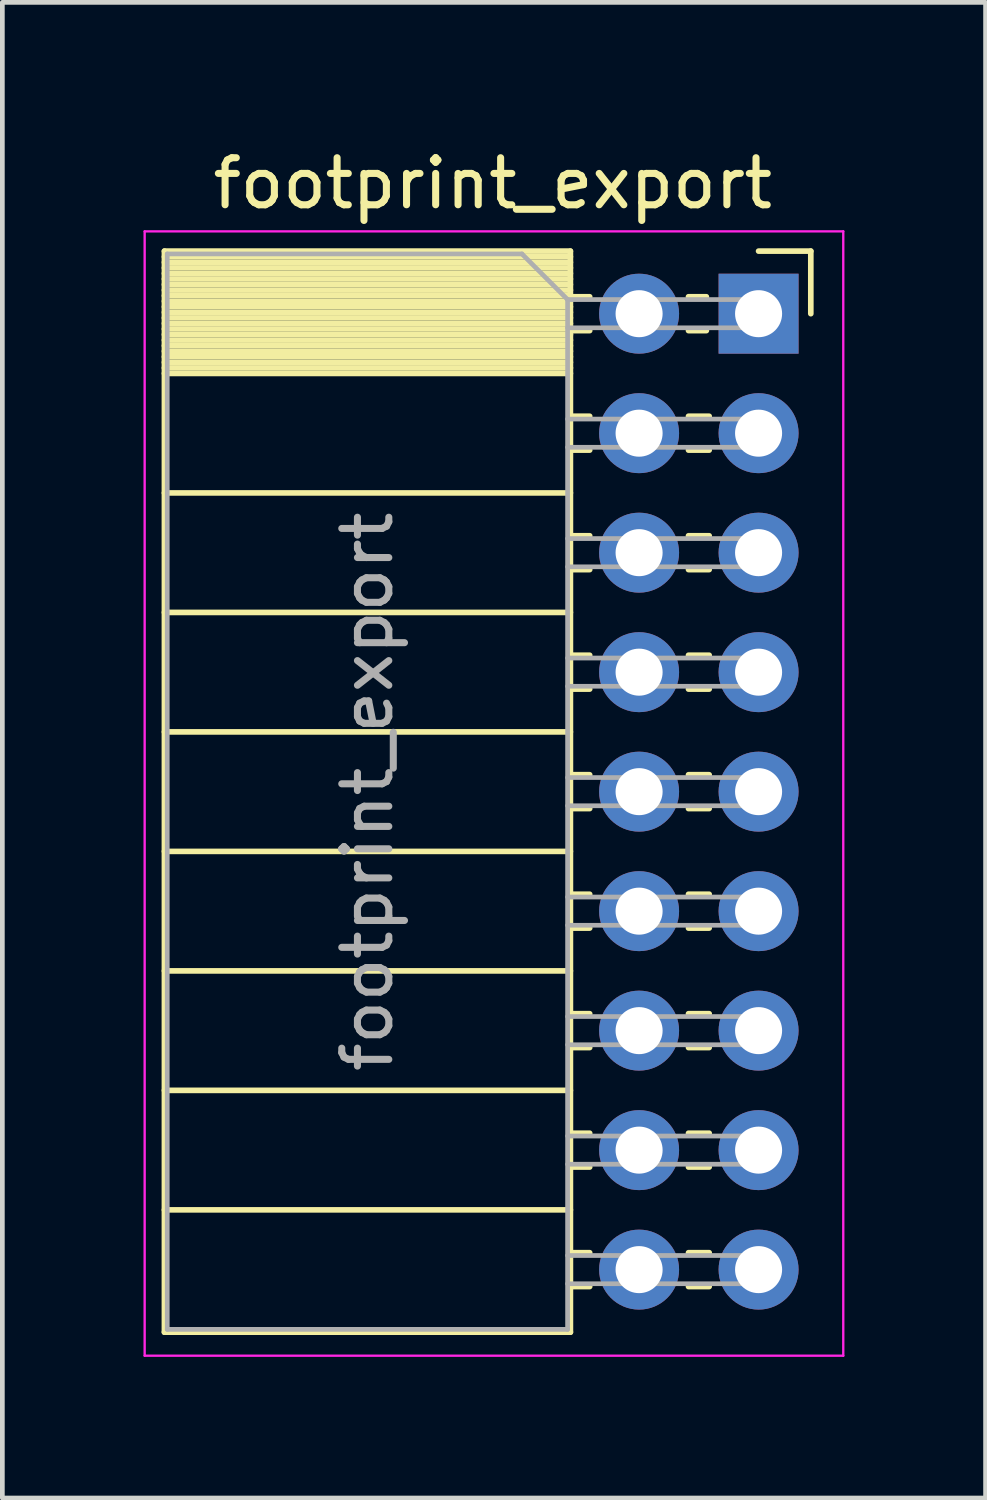
<source format=kicad_pcb>
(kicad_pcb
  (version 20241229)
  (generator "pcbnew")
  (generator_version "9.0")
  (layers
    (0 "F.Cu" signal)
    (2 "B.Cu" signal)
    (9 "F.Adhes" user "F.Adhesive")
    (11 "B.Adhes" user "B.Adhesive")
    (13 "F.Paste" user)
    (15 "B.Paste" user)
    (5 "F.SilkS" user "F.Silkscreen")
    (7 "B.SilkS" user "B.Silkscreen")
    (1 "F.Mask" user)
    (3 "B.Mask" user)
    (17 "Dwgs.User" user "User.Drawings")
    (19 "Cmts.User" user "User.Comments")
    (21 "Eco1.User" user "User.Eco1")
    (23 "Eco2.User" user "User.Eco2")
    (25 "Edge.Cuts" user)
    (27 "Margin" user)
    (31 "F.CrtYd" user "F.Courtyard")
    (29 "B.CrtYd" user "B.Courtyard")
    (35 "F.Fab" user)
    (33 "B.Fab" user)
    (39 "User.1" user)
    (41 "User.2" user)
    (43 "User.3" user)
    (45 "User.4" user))
  (footprint "footprint_export"
    (layer "F.Cu")
    (at 13.075 3.618)
    (property "Reference" "footprint_export" (at -5.65 -2.77 0) (layer "F.SilkS") (effects (font (size 1 1) (thickness 0.15))))
    (attr through_hole)
    (fp_line (start -12.63 -1.33) (end -12.63 21.65) (stroke (width 0.12) (type solid)) (layer "F.SilkS"))
    (fp_line (start -12.63 -1.33) (end -4 -1.33) (stroke (width 0.12) (type solid)) (layer "F.SilkS"))
    (fp_line (start -12.63 -1.21) (end -4 -1.21) (stroke (width 0.12) (type solid)) (layer "F.SilkS"))
    (fp_line (start -12.63 -1.092) (end -4 -1.092) (stroke (width 0.12) (type solid)) (layer "F.SilkS"))
    (fp_line (start -12.63 -0.974) (end -4 -0.974) (stroke (width 0.12) (type solid)) (layer "F.SilkS"))
    (fp_line (start -12.63 -0.856) (end -4 -0.856) (stroke (width 0.12) (type solid)) (layer "F.SilkS"))
    (fp_line (start -12.63 -0.738) (end -4 -0.738) (stroke (width 0.12) (type solid)) (layer "F.SilkS"))
    (fp_line (start -12.63 -0.62) (end -4 -0.62) (stroke (width 0.12) (type solid)) (layer "F.SilkS"))
    (fp_line (start -12.63 -0.501) (end -4 -0.501) (stroke (width 0.12) (type solid)) (layer "F.SilkS"))
    (fp_line (start -12.63 -0.383) (end -4 -0.383) (stroke (width 0.12) (type solid)) (layer "F.SilkS"))
    (fp_line (start -12.63 -0.265) (end -4 -0.265) (stroke (width 0.12) (type solid)) (layer "F.SilkS"))
    (fp_line (start -12.63 -0.147) (end -4 -0.147) (stroke (width 0.12) (type solid)) (layer "F.SilkS"))
    (fp_line (start -12.63 -0.029) (end -4 -0.029) (stroke (width 0.12) (type solid)) (layer "F.SilkS"))
    (fp_line (start -12.63 0.089) (end -4 0.089) (stroke (width 0.12) (type solid)) (layer "F.SilkS"))
    (fp_line (start -12.63 0.207) (end -4 0.207) (stroke (width 0.12) (type solid)) (layer "F.SilkS"))
    (fp_line (start -12.63 0.325) (end -4 0.325) (stroke (width 0.12) (type solid)) (layer "F.SilkS"))
    (fp_line (start -12.63 0.443) (end -4 0.443) (stroke (width 0.12) (type solid)) (layer "F.SilkS"))
    (fp_line (start -12.63 0.561) (end -4 0.561) (stroke (width 0.12) (type solid)) (layer "F.SilkS"))
    (fp_line (start -12.63 0.68) (end -4 0.68) (stroke (width 0.12) (type solid)) (layer "F.SilkS"))
    (fp_line (start -12.63 0.798) (end -4 0.798) (stroke (width 0.12) (type solid)) (layer "F.SilkS"))
    (fp_line (start -12.63 0.916) (end -4 0.916) (stroke (width 0.12) (type solid)) (layer "F.SilkS"))
    (fp_line (start -12.63 1.034) (end -4 1.034) (stroke (width 0.12) (type solid)) (layer "F.SilkS"))
    (fp_line (start -12.63 1.152) (end -4 1.152) (stroke (width 0.12) (type solid)) (layer "F.SilkS"))
    (fp_line (start -12.63 1.27) (end -4 1.27) (stroke (width 0.12) (type solid)) (layer "F.SilkS"))
    (fp_line (start -12.63 3.81) (end -4 3.81) (stroke (width 0.12) (type solid)) (layer "F.SilkS"))
    (fp_line (start -12.63 6.35) (end -4 6.35) (stroke (width 0.12) (type solid)) (layer "F.SilkS"))
    (fp_line (start -12.63 8.89) (end -4 8.89) (stroke (width 0.12) (type solid)) (layer "F.SilkS"))
    (fp_line (start -12.63 11.43) (end -4 11.43) (stroke (width 0.12) (type solid)) (layer "F.SilkS"))
    (fp_line (start -12.63 13.97) (end -4 13.97) (stroke (width 0.12) (type solid)) (layer "F.SilkS"))
    (fp_line (start -12.63 16.51) (end -4 16.51) (stroke (width 0.12) (type solid)) (layer "F.SilkS"))
    (fp_line (start -12.63 19.05) (end -4 19.05) (stroke (width 0.12) (type solid)) (layer "F.SilkS"))
    (fp_line (start -12.63 21.65) (end -4 21.65) (stroke (width 0.12) (type solid)) (layer "F.SilkS"))
    (fp_line (start -4 -1.33) (end -4 21.65) (stroke (width 0.12) (type solid)) (layer "F.SilkS"))
    (fp_line (start -4 -0.36) (end -3.59 -0.36) (stroke (width 0.12) (type solid)) (layer "F.SilkS"))
    (fp_line (start -4 0.36) (end -3.59 0.36) (stroke (width 0.12) (type solid)) (layer "F.SilkS"))
    (fp_line (start -4 2.18) (end -3.59 2.18) (stroke (width 0.12) (type solid)) (layer "F.SilkS"))
    (fp_line (start -4 2.9) (end -3.59 2.9) (stroke (width 0.12) (type solid)) (layer "F.SilkS"))
    (fp_line (start -4 4.72) (end -3.59 4.72) (stroke (width 0.12) (type solid)) (layer "F.SilkS"))
    (fp_line (start -4 5.44) (end -3.59 5.44) (stroke (width 0.12) (type solid)) (layer "F.SilkS"))
    (fp_line (start -4 7.26) (end -3.59 7.26) (stroke (width 0.12) (type solid)) (layer "F.SilkS"))
    (fp_line (start -4 7.98) (end -3.59 7.98) (stroke (width 0.12) (type solid)) (layer "F.SilkS"))
    (fp_line (start -4 9.8) (end -3.59 9.8) (stroke (width 0.12) (type solid)) (layer "F.SilkS"))
    (fp_line (start -4 10.52) (end -3.59 10.52) (stroke (width 0.12) (type solid)) (layer "F.SilkS"))
    (fp_line (start -4 12.34) (end -3.59 12.34) (stroke (width 0.12) (type solid)) (layer "F.SilkS"))
    (fp_line (start -4 13.06) (end -3.59 13.06) (stroke (width 0.12) (type solid)) (layer "F.SilkS"))
    (fp_line (start -4 14.88) (end -3.59 14.88) (stroke (width 0.12) (type solid)) (layer "F.SilkS"))
    (fp_line (start -4 15.6) (end -3.59 15.6) (stroke (width 0.12) (type solid)) (layer "F.SilkS"))
    (fp_line (start -4 17.42) (end -3.59 17.42) (stroke (width 0.12) (type solid)) (layer "F.SilkS"))
    (fp_line (start -4 18.14) (end -3.59 18.14) (stroke (width 0.12) (type solid)) (layer "F.SilkS"))
    (fp_line (start -4 19.96) (end -3.59 19.96) (stroke (width 0.12) (type solid)) (layer "F.SilkS"))
    (fp_line (start -4 20.68) (end -3.59 20.68) (stroke (width 0.12) (type solid)) (layer "F.SilkS"))
    (fp_line (start -1.49 -0.36) (end -1.11 -0.36) (stroke (width 0.12) (type solid)) (layer "F.SilkS"))
    (fp_line (start -1.49 0.36) (end -1.11 0.36) (stroke (width 0.12) (type solid)) (layer "F.SilkS"))
    (fp_line (start -1.49 2.18) (end -1.05 2.18) (stroke (width 0.12) (type solid)) (layer "F.SilkS"))
    (fp_line (start -1.49 2.9) (end -1.05 2.9) (stroke (width 0.12) (type solid)) (layer "F.SilkS"))
    (fp_line (start -1.49 4.72) (end -1.05 4.72) (stroke (width 0.12) (type solid)) (layer "F.SilkS"))
    (fp_line (start -1.49 5.44) (end -1.05 5.44) (stroke (width 0.12) (type solid)) (layer "F.SilkS"))
    (fp_line (start -1.49 7.26) (end -1.05 7.26) (stroke (width 0.12) (type solid)) (layer "F.SilkS"))
    (fp_line (start -1.49 7.98) (end -1.05 7.98) (stroke (width 0.12) (type solid)) (layer "F.SilkS"))
    (fp_line (start -1.49 9.8) (end -1.05 9.8) (stroke (width 0.12) (type solid)) (layer "F.SilkS"))
    (fp_line (start -1.49 10.52) (end -1.05 10.52) (stroke (width 0.12) (type solid)) (layer "F.SilkS"))
    (fp_line (start -1.49 12.34) (end -1.05 12.34) (stroke (width 0.12) (type solid)) (layer "F.SilkS"))
    (fp_line (start -1.49 13.06) (end -1.05 13.06) (stroke (width 0.12) (type solid)) (layer "F.SilkS"))
    (fp_line (start -1.49 14.88) (end -1.05 14.88) (stroke (width 0.12) (type solid)) (layer "F.SilkS"))
    (fp_line (start -1.49 15.6) (end -1.05 15.6) (stroke (width 0.12) (type solid)) (layer "F.SilkS"))
    (fp_line (start -1.49 17.42) (end -1.05 17.42) (stroke (width 0.12) (type solid)) (layer "F.SilkS"))
    (fp_line (start -1.49 18.14) (end -1.05 18.14) (stroke (width 0.12) (type solid)) (layer "F.SilkS"))
    (fp_line (start -1.49 19.96) (end -1.05 19.96) (stroke (width 0.12) (type solid)) (layer "F.SilkS"))
    (fp_line (start -1.49 20.68) (end -1.05 20.68) (stroke (width 0.12) (type solid)) (layer "F.SilkS"))
    (fp_line (start 0 -1.33) (end 1.11 -1.33) (stroke (width 0.12) (type solid)) (layer "F.SilkS"))
    (fp_line (start 1.11 -1.33) (end 1.11 0) (stroke (width 0.12) (type solid)) (layer "F.SilkS"))
    (fp_line (start -13.05 -1.75) (end -13.05 22.15) (stroke (width 0.05) (type solid)) (layer "F.CrtYd"))
    (fp_line (start -13.05 22.15) (end 1.8 22.15) (stroke (width 0.05) (type solid)) (layer "F.CrtYd"))
    (fp_line (start 1.8 -1.75) (end -13.05 -1.75) (stroke (width 0.05) (type solid)) (layer "F.CrtYd"))
    (fp_line (start 1.8 22.15) (end 1.8 -1.75) (stroke (width 0.05) (type solid)) (layer "F.CrtYd"))
    (fp_line (start -12.57 -1.27) (end -5.03 -1.27) (stroke (width 0.1) (type solid)) (layer "F.Fab"))
    (fp_line (start -12.57 21.59) (end -12.57 -1.27) (stroke (width 0.1) (type solid)) (layer "F.Fab"))
    (fp_line (start -5.03 -1.27) (end -4.06 -0.3) (stroke (width 0.1) (type solid)) (layer "F.Fab"))
    (fp_line (start -4.06 -0.3) (end -4.06 21.59) (stroke (width 0.1) (type solid)) (layer "F.Fab"))
    (fp_line (start -4.06 0.3) (end 0 0.3) (stroke (width 0.1) (type solid)) (layer "F.Fab"))
    (fp_line (start -4.06 2.84) (end 0 2.84) (stroke (width 0.1) (type solid)) (layer "F.Fab"))
    (fp_line (start -4.06 5.38) (end 0 5.38) (stroke (width 0.1) (type solid)) (layer "F.Fab"))
    (fp_line (start -4.06 7.92) (end 0 7.92) (stroke (width 0.1) (type solid)) (layer "F.Fab"))
    (fp_line (start -4.06 10.46) (end 0 10.46) (stroke (width 0.1) (type solid)) (layer "F.Fab"))
    (fp_line (start -4.06 13) (end 0 13) (stroke (width 0.1) (type solid)) (layer "F.Fab"))
    (fp_line (start -4.06 15.54) (end 0 15.54) (stroke (width 0.1) (type solid)) (layer "F.Fab"))
    (fp_line (start -4.06 18.08) (end 0 18.08) (stroke (width 0.1) (type solid)) (layer "F.Fab"))
    (fp_line (start -4.06 20.62) (end 0 20.62) (stroke (width 0.1) (type solid)) (layer "F.Fab"))
    (fp_line (start -4.06 21.59) (end -12.57 21.59) (stroke (width 0.1) (type solid)) (layer "F.Fab"))
    (fp_line (start 0 -0.3) (end -4.06 -0.3) (stroke (width 0.1) (type solid)) (layer "F.Fab"))
    (fp_line (start 0 0.3) (end 0 -0.3) (stroke (width 0.1) (type solid)) (layer "F.Fab"))
    (fp_line (start 0 2.24) (end -4.06 2.24) (stroke (width 0.1) (type solid)) (layer "F.Fab"))
    (fp_line (start 0 2.84) (end 0 2.24) (stroke (width 0.1) (type solid)) (layer "F.Fab"))
    (fp_line (start 0 4.78) (end -4.06 4.78) (stroke (width 0.1) (type solid)) (layer "F.Fab"))
    (fp_line (start 0 5.38) (end 0 4.78) (stroke (width 0.1) (type solid)) (layer "F.Fab"))
    (fp_line (start 0 7.32) (end -4.06 7.32) (stroke (width 0.1) (type solid)) (layer "F.Fab"))
    (fp_line (start 0 7.92) (end 0 7.32) (stroke (width 0.1) (type solid)) (layer "F.Fab"))
    (fp_line (start 0 9.86) (end -4.06 9.86) (stroke (width 0.1) (type solid)) (layer "F.Fab"))
    (fp_line (start 0 10.46) (end 0 9.86) (stroke (width 0.1) (type solid)) (layer "F.Fab"))
    (fp_line (start 0 12.4) (end -4.06 12.4) (stroke (width 0.1) (type solid)) (layer "F.Fab"))
    (fp_line (start 0 13) (end 0 12.4) (stroke (width 0.1) (type solid)) (layer "F.Fab"))
    (fp_line (start 0 14.94) (end -4.06 14.94) (stroke (width 0.1) (type solid)) (layer "F.Fab"))
    (fp_line (start 0 15.54) (end 0 14.94) (stroke (width 0.1) (type solid)) (layer "F.Fab"))
    (fp_line (start 0 17.48) (end -4.06 17.48) (stroke (width 0.1) (type solid)) (layer "F.Fab"))
    (fp_line (start 0 18.08) (end 0 17.48) (stroke (width 0.1) (type solid)) (layer "F.Fab"))
    (fp_line (start 0 20.02) (end -4.06 20.02) (stroke (width 0.1) (type solid)) (layer "F.Fab"))
    (fp_line (start 0 20.62) (end 0 20.02) (stroke (width 0.1) (type solid)) (layer "F.Fab"))
    (fp_text user "${REFERENCE}" (at -8.315 10.16 90) (layer "F.Fab") (effects (font (size 1 1) (thickness 0.15))))
    (pad "1" thru_hole rect (at 0 0) (size 1.7 1.7) (drill 1) (layers "*.Cu" "*.Mask"))
    (pad "2" thru_hole oval (at -2.54 0) (size 1.7 1.7) (drill 1) (layers "*.Cu" "*.Mask"))
    (pad "3" thru_hole oval (at 0 2.54) (size 1.7 1.7) (drill 1) (layers "*.Cu" "*.Mask"))
    (pad "4" thru_hole oval (at -2.54 2.54) (size 1.7 1.7) (drill 1) (layers "*.Cu" "*.Mask"))
    (pad "5" thru_hole oval (at 0 5.08) (size 1.7 1.7) (drill 1) (layers "*.Cu" "*.Mask"))
    (pad "6" thru_hole oval (at -2.54 5.08) (size 1.7 1.7) (drill 1) (layers "*.Cu" "*.Mask"))
    (pad "7" thru_hole oval (at 0 7.62) (size 1.7 1.7) (drill 1) (layers "*.Cu" "*.Mask"))
    (pad "8" thru_hole oval (at -2.54 7.62) (size 1.7 1.7) (drill 1) (layers "*.Cu" "*.Mask"))
    (pad "9" thru_hole oval (at 0 10.16) (size 1.7 1.7) (drill 1) (layers "*.Cu" "*.Mask"))
    (pad "10" thru_hole oval (at -2.54 10.16) (size 1.7 1.7) (drill 1) (layers "*.Cu" "*.Mask"))
    (pad "11" thru_hole oval (at 0 12.7) (size 1.7 1.7) (drill 1) (layers "*.Cu" "*.Mask"))
    (pad "12" thru_hole oval (at -2.54 12.7) (size 1.7 1.7) (drill 1) (layers "*.Cu" "*.Mask"))
    (pad "13" thru_hole oval (at 0 15.24) (size 1.7 1.7) (drill 1) (layers "*.Cu" "*.Mask"))
    (pad "14" thru_hole oval (at -2.54 15.24) (size 1.7 1.7) (drill 1) (layers "*.Cu" "*.Mask"))
    (pad "15" thru_hole oval (at 0 17.78) (size 1.7 1.7) (drill 1) (layers "*.Cu" "*.Mask"))
    (pad "16" thru_hole oval (at -2.54 17.78) (size 1.7 1.7) (drill 1) (layers "*.Cu" "*.Mask"))
    (pad "17" thru_hole oval (at 0 20.32) (size 1.7 1.7) (drill 1) (layers "*.Cu" "*.Mask"))
    (pad "18" thru_hole oval (at -2.54 20.32) (size 1.7 1.7) (drill 1) (layers "*.Cu" "*.Mask")))
  (gr_rect
    (start -3 -3)
    (end 17.9 28.793)
    (stroke (width 0.1) (type default))
    (fill no)
    (layer "Edge.Cuts")))
</source>
